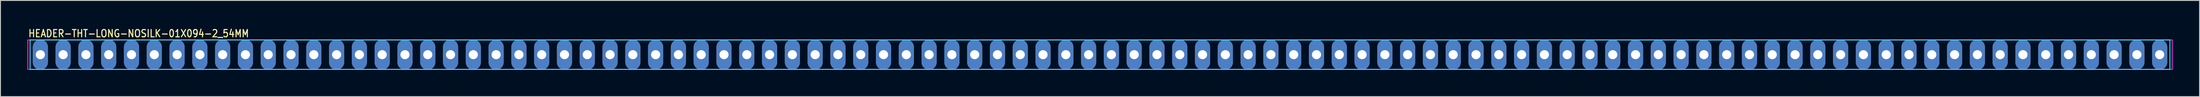
<source format=kicad_pcb>
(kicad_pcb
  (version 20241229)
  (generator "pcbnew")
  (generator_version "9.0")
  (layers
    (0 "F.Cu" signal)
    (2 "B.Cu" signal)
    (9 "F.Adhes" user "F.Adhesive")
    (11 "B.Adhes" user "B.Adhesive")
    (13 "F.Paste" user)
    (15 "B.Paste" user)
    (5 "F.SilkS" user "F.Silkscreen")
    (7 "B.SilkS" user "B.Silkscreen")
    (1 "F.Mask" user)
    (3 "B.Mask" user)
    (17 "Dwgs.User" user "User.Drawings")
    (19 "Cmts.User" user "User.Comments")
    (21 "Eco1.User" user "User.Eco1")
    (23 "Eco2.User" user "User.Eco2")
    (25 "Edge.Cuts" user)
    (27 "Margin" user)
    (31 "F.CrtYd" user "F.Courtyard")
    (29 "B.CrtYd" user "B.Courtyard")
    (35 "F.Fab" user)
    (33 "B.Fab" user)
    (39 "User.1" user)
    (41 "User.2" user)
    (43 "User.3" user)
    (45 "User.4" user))
  (footprint "HEADER-THT-LONG-NOSILK-01X094-2_54MM"
    (layer "F.Cu")
    (at 1.447 3.079)
    (property "Reference" "HEADER-THT-LONG-NOSILK-01X094-2_54MM" (at -1.4 -1.9 0) (unlocked yes) (layer "F.SilkS") (effects (font (size 0.813 0.695) (thickness 0.122)) (justify left bottom)))
    (fp_poly (pts (xy -1.143 -1.651) (xy 237.363 -1.651) (xy 237.363 1.651) (xy -1.143 1.651)) (stroke (width 0.1) (type solid)) (fill no) (layer "B.CrtYd"))
    (fp_poly (pts (xy -1.397 -1.651) (xy 237.617 -1.651) (xy 237.617 1.651) (xy -1.397 1.651)) (stroke (width 0.1) (type solid)) (fill no) (layer "F.CrtYd"))
    (pad "P$1" thru_hole oval (at 0 0 90) (size 3.387 1.693) (drill 1.016) (layers "*.Cu" "*.Mask"))
    (pad "P$2" thru_hole oval (at 2.54 0 90) (size 3.387 1.693) (drill 1.016) (layers "*.Cu" "*.Mask"))
    (pad "P$3" thru_hole oval (at 5.08 0 90) (size 3.387 1.693) (drill 1.016) (layers "*.Cu" "*.Mask"))
    (pad "P$4" thru_hole oval (at 7.62 0 90) (size 3.387 1.693) (drill 1.016) (layers "*.Cu" "*.Mask"))
    (pad "P$5" thru_hole oval (at 10.16 0 90) (size 3.387 1.693) (drill 1.016) (layers "*.Cu" "*.Mask"))
    (pad "P$6" thru_hole oval (at 12.7 0 90) (size 3.387 1.693) (drill 1.016) (layers "*.Cu" "*.Mask"))
    (pad "P$7" thru_hole oval (at 15.24 0 90) (size 3.387 1.693) (drill 1.016) (layers "*.Cu" "*.Mask"))
    (pad "P$8" thru_hole oval (at 17.78 0 90) (size 3.387 1.693) (drill 1.016) (layers "*.Cu" "*.Mask"))
    (pad "P$9" thru_hole oval (at 20.32 0 90) (size 3.387 1.693) (drill 1.016) (layers "*.Cu" "*.Mask"))
    (pad "P$10" thru_hole oval (at 22.86 0 90) (size 3.387 1.693) (drill 1.016) (layers "*.Cu" "*.Mask"))
    (pad "P$11" thru_hole oval (at 25.4 0 90) (size 3.387 1.693) (drill 1.016) (layers "*.Cu" "*.Mask"))
    (pad "P$12" thru_hole oval (at 27.94 0 90) (size 3.387 1.693) (drill 1.016) (layers "*.Cu" "*.Mask"))
    (pad "P$13" thru_hole oval (at 30.48 0 90) (size 3.387 1.693) (drill 1.016) (layers "*.Cu" "*.Mask"))
    (pad "P$14" thru_hole oval (at 33.02 0 90) (size 3.387 1.693) (drill 1.016) (layers "*.Cu" "*.Mask"))
    (pad "P$15" thru_hole oval (at 35.56 0 90) (size 3.387 1.693) (drill 1.016) (layers "*.Cu" "*.Mask"))
    (pad "P$16" thru_hole oval (at 38.1 0 90) (size 3.387 1.693) (drill 1.016) (layers "*.Cu" "*.Mask"))
    (pad "P$17" thru_hole oval (at 40.64 0 90) (size 3.387 1.693) (drill 1.016) (layers "*.Cu" "*.Mask"))
    (pad "P$18" thru_hole oval (at 43.18 0 90) (size 3.387 1.693) (drill 1.016) (layers "*.Cu" "*.Mask"))
    (pad "P$19" thru_hole oval (at 45.72 0 90) (size 3.387 1.693) (drill 1.016) (layers "*.Cu" "*.Mask"))
    (pad "P$20" thru_hole oval (at 48.26 0 90) (size 3.387 1.693) (drill 1.016) (layers "*.Cu" "*.Mask"))
    (pad "P$21" thru_hole oval (at 50.8 0 90) (size 3.387 1.693) (drill 1.016) (layers "*.Cu" "*.Mask"))
    (pad "P$22" thru_hole oval (at 53.34 0 90) (size 3.387 1.693) (drill 1.016) (layers "*.Cu" "*.Mask"))
    (pad "P$23" thru_hole oval (at 55.88 0 90) (size 3.387 1.693) (drill 1.016) (layers "*.Cu" "*.Mask"))
    (pad "P$24" thru_hole oval (at 58.42 0 90) (size 3.387 1.693) (drill 1.016) (layers "*.Cu" "*.Mask"))
    (pad "P$25" thru_hole oval (at 60.96 0 90) (size 3.387 1.693) (drill 1.016) (layers "*.Cu" "*.Mask"))
    (pad "P$26" thru_hole oval (at 63.5 0 90) (size 3.387 1.693) (drill 1.016) (layers "*.Cu" "*.Mask"))
    (pad "P$27" thru_hole oval (at 66.04 0 90) (size 3.387 1.693) (drill 1.016) (layers "*.Cu" "*.Mask"))
    (pad "P$28" thru_hole oval (at 68.58 0 90) (size 3.387 1.693) (drill 1.016) (layers "*.Cu" "*.Mask"))
    (pad "P$29" thru_hole oval (at 71.12 0 90) (size 3.387 1.693) (drill 1.016) (layers "*.Cu" "*.Mask"))
    (pad "P$30" thru_hole oval (at 73.66 0 90) (size 3.387 1.693) (drill 1.016) (layers "*.Cu" "*.Mask"))
    (pad "P$31" thru_hole oval (at 76.2 0 90) (size 3.387 1.693) (drill 1.016) (layers "*.Cu" "*.Mask"))
    (pad "P$32" thru_hole oval (at 78.74 0 90) (size 3.387 1.693) (drill 1.016) (layers "*.Cu" "*.Mask"))
    (pad "P$33" thru_hole oval (at 81.28 0 90) (size 3.387 1.693) (drill 1.016) (layers "*.Cu" "*.Mask"))
    (pad "P$34" thru_hole oval (at 83.82 0 90) (size 3.387 1.693) (drill 1.016) (layers "*.Cu" "*.Mask"))
    (pad "P$35" thru_hole oval (at 86.36 0 90) (size 3.387 1.693) (drill 1.016) (layers "*.Cu" "*.Mask"))
    (pad "P$36" thru_hole oval (at 88.9 0 90) (size 3.387 1.693) (drill 1.016) (layers "*.Cu" "*.Mask"))
    (pad "P$37" thru_hole oval (at 91.44 0 90) (size 3.387 1.693) (drill 1.016) (layers "*.Cu" "*.Mask"))
    (pad "P$38" thru_hole oval (at 93.98 0 90) (size 3.387 1.693) (drill 1.016) (layers "*.Cu" "*.Mask"))
    (pad "P$39" thru_hole oval (at 96.52 0 90) (size 3.387 1.693) (drill 1.016) (layers "*.Cu" "*.Mask"))
    (pad "P$40" thru_hole oval (at 99.06 0 90) (size 3.387 1.693) (drill 1.016) (layers "*.Cu" "*.Mask"))
    (pad "P$41" thru_hole oval (at 101.6 0 90) (size 3.387 1.693) (drill 1.016) (layers "*.Cu" "*.Mask"))
    (pad "P$42" thru_hole oval (at 104.14 0 90) (size 3.387 1.693) (drill 1.016) (layers "*.Cu" "*.Mask"))
    (pad "P$43" thru_hole oval (at 106.68 0 90) (size 3.387 1.693) (drill 1.016) (layers "*.Cu" "*.Mask"))
    (pad "P$44" thru_hole oval (at 109.22 0 90) (size 3.387 1.693) (drill 1.016) (layers "*.Cu" "*.Mask"))
    (pad "P$45" thru_hole oval (at 111.76 0 90) (size 3.387 1.693) (drill 1.016) (layers "*.Cu" "*.Mask"))
    (pad "P$46" thru_hole oval (at 114.3 0 90) (size 3.387 1.693) (drill 1.016) (layers "*.Cu" "*.Mask"))
    (pad "P$47" thru_hole oval (at 116.84 0 90) (size 3.387 1.693) (drill 1.016) (layers "*.Cu" "*.Mask"))
    (pad "P$48" thru_hole oval (at 119.38 0 90) (size 3.387 1.693) (drill 1.016) (layers "*.Cu" "*.Mask"))
    (pad "P$49" thru_hole oval (at 121.92 0 90) (size 3.387 1.693) (drill 1.016) (layers "*.Cu" "*.Mask"))
    (pad "P$50" thru_hole oval (at 124.46 0 90) (size 3.387 1.693) (drill 1.016) (layers "*.Cu" "*.Mask"))
    (pad "P$51" thru_hole oval (at 127 0 90) (size 3.387 1.693) (drill 1.016) (layers "*.Cu" "*.Mask"))
    (pad "P$52" thru_hole oval (at 129.54 0 90) (size 3.387 1.693) (drill 1.016) (layers "*.Cu" "*.Mask"))
    (pad "P$53" thru_hole oval (at 132.08 0 90) (size 3.387 1.693) (drill 1.016) (layers "*.Cu" "*.Mask"))
    (pad "P$54" thru_hole oval (at 134.62 0 90) (size 3.387 1.693) (drill 1.016) (layers "*.Cu" "*.Mask"))
    (pad "P$55" thru_hole oval (at 137.16 0 90) (size 3.387 1.693) (drill 1.016) (layers "*.Cu" "*.Mask"))
    (pad "P$56" thru_hole oval (at 139.7 0 90) (size 3.387 1.693) (drill 1.016) (layers "*.Cu" "*.Mask"))
    (pad "P$57" thru_hole oval (at 142.24 0 90) (size 3.387 1.693) (drill 1.016) (layers "*.Cu" "*.Mask"))
    (pad "P$58" thru_hole oval (at 144.78 0 90) (size 3.387 1.693) (drill 1.016) (layers "*.Cu" "*.Mask"))
    (pad "P$59" thru_hole oval (at 147.32 0 90) (size 3.387 1.693) (drill 1.016) (layers "*.Cu" "*.Mask"))
    (pad "P$60" thru_hole oval (at 149.86 0 90) (size 3.387 1.693) (drill 1.016) (layers "*.Cu" "*.Mask"))
    (pad "P$61" thru_hole oval (at 152.4 0 90) (size 3.387 1.693) (drill 1.016) (layers "*.Cu" "*.Mask"))
    (pad "P$62" thru_hole oval (at 154.94 0 90) (size 3.387 1.693) (drill 1.016) (layers "*.Cu" "*.Mask"))
    (pad "P$63" thru_hole oval (at 157.48 0 90) (size 3.387 1.693) (drill 1.016) (layers "*.Cu" "*.Mask"))
    (pad "P$64" thru_hole oval (at 160.02 0 90) (size 3.387 1.693) (drill 1.016) (layers "*.Cu" "*.Mask"))
    (pad "P$65" thru_hole oval (at 162.56 0 90) (size 3.387 1.693) (drill 1.016) (layers "*.Cu" "*.Mask"))
    (pad "P$66" thru_hole oval (at 165.1 0 90) (size 3.387 1.693) (drill 1.016) (layers "*.Cu" "*.Mask"))
    (pad "P$67" thru_hole oval (at 167.64 0 90) (size 3.387 1.693) (drill 1.016) (layers "*.Cu" "*.Mask"))
    (pad "P$68" thru_hole oval (at 170.18 0 90) (size 3.387 1.693) (drill 1.016) (layers "*.Cu" "*.Mask"))
    (pad "P$69" thru_hole oval (at 172.72 0 90) (size 3.387 1.693) (drill 1.016) (layers "*.Cu" "*.Mask"))
    (pad "P$70" thru_hole oval (at 175.26 0 90) (size 3.387 1.693) (drill 1.016) (layers "*.Cu" "*.Mask"))
    (pad "P$71" thru_hole oval (at 177.8 0 90) (size 3.387 1.693) (drill 1.016) (layers "*.Cu" "*.Mask"))
    (pad "P$72" thru_hole oval (at 180.34 0 90) (size 3.387 1.693) (drill 1.016) (layers "*.Cu" "*.Mask"))
    (pad "P$73" thru_hole oval (at 182.88 0 90) (size 3.387 1.693) (drill 1.016) (layers "*.Cu" "*.Mask"))
    (pad "P$74" thru_hole oval (at 185.42 0 90) (size 3.387 1.693) (drill 1.016) (layers "*.Cu" "*.Mask"))
    (pad "P$75" thru_hole oval (at 187.96 0 90) (size 3.387 1.693) (drill 1.016) (layers "*.Cu" "*.Mask"))
    (pad "P$76" thru_hole oval (at 190.5 0 90) (size 3.387 1.693) (drill 1.016) (layers "*.Cu" "*.Mask"))
    (pad "P$77" thru_hole oval (at 193.04 0 90) (size 3.387 1.693) (drill 1.016) (layers "*.Cu" "*.Mask"))
    (pad "P$78" thru_hole oval (at 195.58 0 90) (size 3.387 1.693) (drill 1.016) (layers "*.Cu" "*.Mask"))
    (pad "P$79" thru_hole oval (at 198.12 0 90) (size 3.387 1.693) (drill 1.016) (layers "*.Cu" "*.Mask"))
    (pad "P$80" thru_hole oval (at 200.66 0 90) (size 3.387 1.693) (drill 1.016) (layers "*.Cu" "*.Mask"))
    (pad "P$81" thru_hole oval (at 203.2 0 90) (size 3.387 1.693) (drill 1.016) (layers "*.Cu" "*.Mask"))
    (pad "P$82" thru_hole oval (at 205.74 0 90) (size 3.387 1.693) (drill 1.016) (layers "*.Cu" "*.Mask"))
    (pad "P$83" thru_hole oval (at 208.28 0 90) (size 3.387 1.693) (drill 1.016) (layers "*.Cu" "*.Mask"))
    (pad "P$84" thru_hole oval (at 210.82 0 90) (size 3.387 1.693) (drill 1.016) (layers "*.Cu" "*.Mask"))
    (pad "P$85" thru_hole oval (at 213.36 0 90) (size 3.387 1.693) (drill 1.016) (layers "*.Cu" "*.Mask"))
    (pad "P$86" thru_hole oval (at 215.9 0 90) (size 3.387 1.693) (drill 1.016) (layers "*.Cu" "*.Mask"))
    (pad "P$87" thru_hole oval (at 218.44 0 90) (size 3.387 1.693) (drill 1.016) (layers "*.Cu" "*.Mask"))
    (pad "P$88" thru_hole oval (at 220.98 0 90) (size 3.387 1.693) (drill 1.016) (layers "*.Cu" "*.Mask"))
    (pad "P$89" thru_hole oval (at 223.52 0 90) (size 3.387 1.693) (drill 1.016) (layers "*.Cu" "*.Mask"))
    (pad "P$90" thru_hole oval (at 226.06 0 90) (size 3.387 1.693) (drill 1.016) (layers "*.Cu" "*.Mask"))
    (pad "P$91" thru_hole oval (at 228.6 0 90) (size 3.387 1.693) (drill 1.016) (layers "*.Cu" "*.Mask"))
    (pad "P$92" thru_hole oval (at 231.14 0 90) (size 3.387 1.693) (drill 1.016) (layers "*.Cu" "*.Mask"))
    (pad "P$93" thru_hole oval (at 233.68 0 90) (size 3.387 1.693) (drill 1.016) (layers "*.Cu" "*.Mask"))
    (pad "P$94" thru_hole oval (at 236.22 0 90) (size 3.387 1.693) (drill 1.016) (layers "*.Cu" "*.Mask")))
  (gr_rect
    (start -3 -3)
    (end 242.114 7.78)
    (stroke (width 0.1) (type default))
    (fill no)
    (layer "Edge.Cuts")))
</source>
